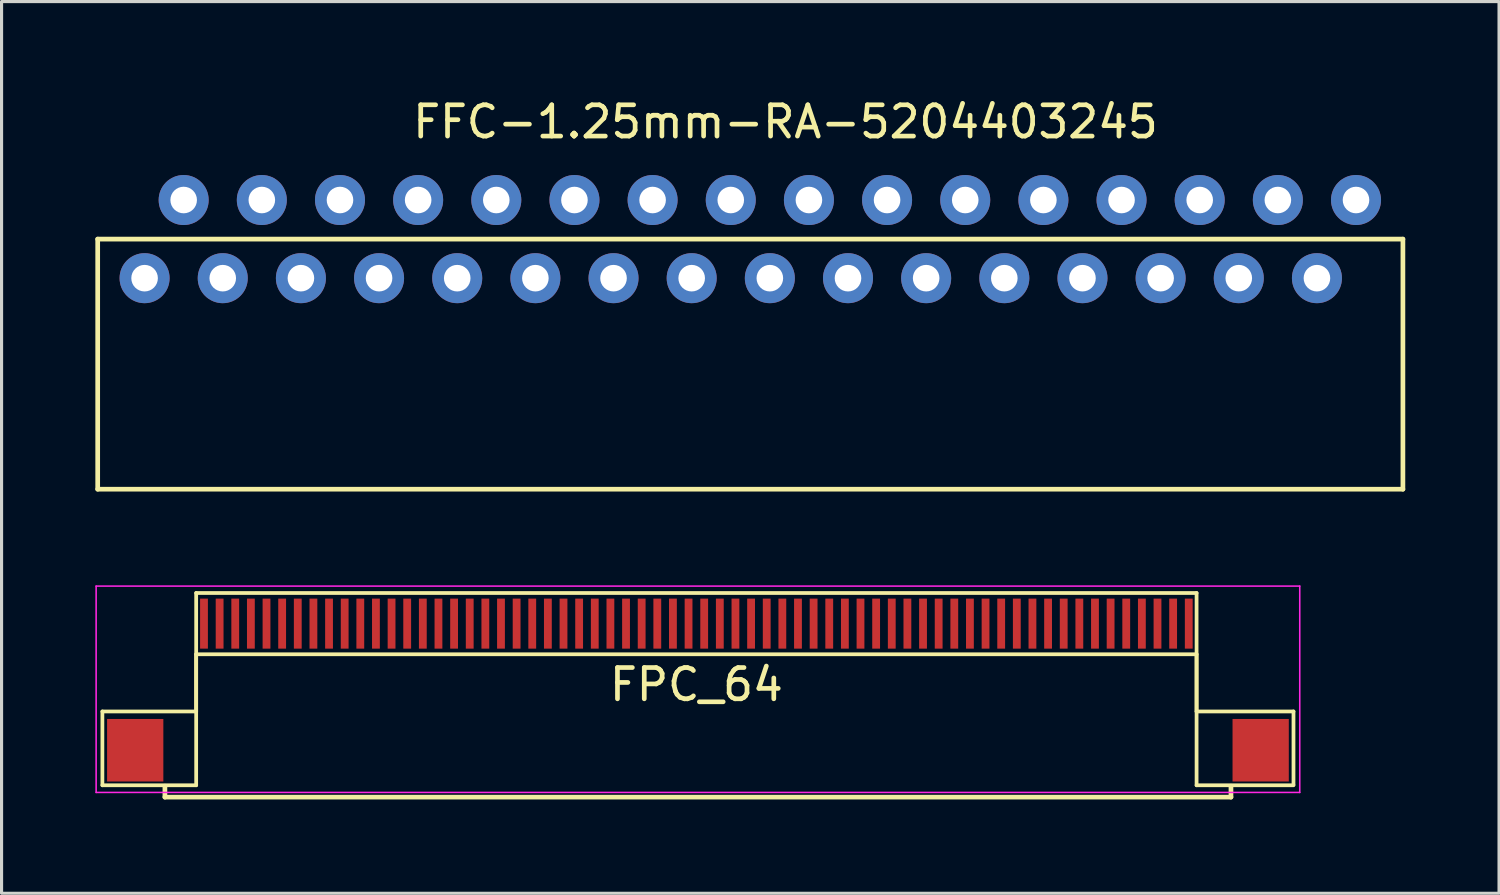
<source format=kicad_pcb>
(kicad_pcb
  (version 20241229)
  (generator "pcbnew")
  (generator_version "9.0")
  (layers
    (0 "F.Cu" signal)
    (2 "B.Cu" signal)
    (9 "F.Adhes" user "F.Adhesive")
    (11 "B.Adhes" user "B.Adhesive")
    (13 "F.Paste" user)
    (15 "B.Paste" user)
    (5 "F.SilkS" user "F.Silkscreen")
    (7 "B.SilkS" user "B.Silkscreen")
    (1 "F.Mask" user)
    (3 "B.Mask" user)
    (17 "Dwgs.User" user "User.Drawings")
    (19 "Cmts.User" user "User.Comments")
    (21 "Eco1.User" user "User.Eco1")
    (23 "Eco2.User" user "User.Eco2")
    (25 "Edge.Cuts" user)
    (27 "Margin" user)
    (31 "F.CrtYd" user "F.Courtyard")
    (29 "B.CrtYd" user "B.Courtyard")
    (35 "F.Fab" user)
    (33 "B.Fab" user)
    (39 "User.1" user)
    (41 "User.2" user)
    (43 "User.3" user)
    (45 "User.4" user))
  (footprint "FPC_64"
    (layer "F.Cu")
    (at 19.225 16.898)
    (property "Reference" "FPC_64" (at 0 1.95 0) (layer "F.SilkS") (effects (font (size 1 1) (thickness 0.15))))
    (attr smd)
    (fp_line (start -19 2.81) (end -16 2.81) (stroke (width 0.12) (type solid)) (layer "F.SilkS"))
    (fp_line (start -19 5.17) (end -19 2.81) (stroke (width 0.12) (type solid)) (layer "F.SilkS"))
    (fp_line (start -17 5.55) (end -17 5.2) (stroke (width 0.15) (type solid)) (layer "F.SilkS"))
    (fp_line (start -16 -0.98) (end 16 -0.98) (stroke (width 0.12) (type solid)) (layer "F.SilkS"))
    (fp_line (start -16 0.98) (end -16 5.17) (stroke (width 0.12) (type solid)) (layer "F.SilkS"))
    (fp_line (start -16 0.98) (end 16 0.98) (stroke (width 0.12) (type solid)) (layer "F.SilkS"))
    (fp_line (start -16 2.81) (end -16 -0.98) (stroke (width 0.12) (type solid)) (layer "F.SilkS"))
    (fp_line (start -16 5.17) (end -19 5.17) (stroke (width 0.12) (type solid)) (layer "F.SilkS"))
    (fp_line (start 16 0.98) (end 16 5.17) (stroke (width 0.12) (type solid)) (layer "F.SilkS"))
    (fp_line (start 16 2.81) (end 16 -0.98) (stroke (width 0.12) (type solid)) (layer "F.SilkS"))
    (fp_line (start 16 5.17) (end 19.1 5.17) (stroke (width 0.12) (type solid)) (layer "F.SilkS"))
    (fp_line (start 17.1 5.55) (end -17 5.55) (stroke (width 0.15) (type solid)) (layer "F.SilkS"))
    (fp_line (start 17.1 5.55) (end 17.1 5.2) (stroke (width 0.15) (type solid)) (layer "F.SilkS"))
    (fp_line (start 19.1 2.81) (end 16 2.81) (stroke (width 0.12) (type solid)) (layer "F.SilkS"))
    (fp_line (start 19.1 5.15) (end 19.1 2.81) (stroke (width 0.12) (type solid)) (layer "F.SilkS"))
    (fp_line (start -19.2 -1.2) (end -19.2 5.4) (stroke (width 0.05) (type solid)) (layer "F.CrtYd"))
    (fp_line (start -19.2 -1.2) (end 19.3 -1.2) (stroke (width 0.05) (type solid)) (layer "F.CrtYd"))
    (fp_line (start -19.2 5.4) (end 19.3 5.4) (stroke (width 0.05) (type solid)) (layer "F.CrtYd"))
    (fp_line (start 19.3 -1.2) (end 19.3 5.4) (stroke (width 0.05) (type solid)) (layer "F.CrtYd"))
    (pad "0" smd rect (at -17.95 4.05) (size 1.8 2) (layers "F.Cu" "F.Mask" "F.Paste"))
    (pad "1" smd rect (at -15.75 0) (size 0.25 1.6) (layers "F.Cu" "F.Mask" "F.Paste"))
    (pad "2" smd rect (at -15.25 0) (size 0.25 1.6) (layers "F.Cu" "F.Mask" "F.Paste"))
    (pad "3" smd rect (at -14.75 0) (size 0.25 1.6) (layers "F.Cu" "F.Mask" "F.Paste"))
    (pad "4" smd rect (at -14.25 0) (size 0.25 1.6) (layers "F.Cu" "F.Mask" "F.Paste"))
    (pad "5" smd rect (at -13.75 0) (size 0.25 1.6) (layers "F.Cu" "F.Mask" "F.Paste"))
    (pad "6" smd rect (at -13.25 0) (size 0.25 1.6) (layers "F.Cu" "F.Mask" "F.Paste"))
    (pad "7" smd rect (at -12.75 0) (size 0.25 1.6) (layers "F.Cu" "F.Mask" "F.Paste"))
    (pad "8" smd rect (at -12.25 0) (size 0.25 1.6) (layers "F.Cu" "F.Mask" "F.Paste"))
    (pad "9" smd rect (at -11.75 0) (size 0.25 1.6) (layers "F.Cu" "F.Mask" "F.Paste"))
    (pad "10" smd rect (at -11.25 0) (size 0.25 1.6) (layers "F.Cu" "F.Mask" "F.Paste"))
    (pad "11" smd rect (at -10.75 0) (size 0.25 1.6) (layers "F.Cu" "F.Mask" "F.Paste"))
    (pad "12" smd rect (at -10.25 0) (size 0.25 1.6) (layers "F.Cu" "F.Mask" "F.Paste"))
    (pad "13" smd rect (at -9.75 0) (size 0.25 1.6) (layers "F.Cu" "F.Mask" "F.Paste"))
    (pad "14" smd rect (at -9.25 0) (size 0.25 1.6) (layers "F.Cu" "F.Mask" "F.Paste"))
    (pad "15" smd rect (at -8.75 0) (size 0.25 1.6) (layers "F.Cu" "F.Mask" "F.Paste"))
    (pad "16" smd rect (at -8.25 0) (size 0.25 1.6) (layers "F.Cu" "F.Mask" "F.Paste"))
    (pad "17" smd rect (at -7.75 0) (size 0.25 1.6) (layers "F.Cu" "F.Mask" "F.Paste"))
    (pad "18" smd rect (at -7.25 0) (size 0.25 1.6) (layers "F.Cu" "F.Mask" "F.Paste"))
    (pad "19" smd rect (at -6.75 0) (size 0.25 1.6) (layers "F.Cu" "F.Mask" "F.Paste"))
    (pad "20" smd rect (at -6.25 0) (size 0.25 1.6) (layers "F.Cu" "F.Mask" "F.Paste"))
    (pad "21" smd rect (at -5.75 0) (size 0.25 1.6) (layers "F.Cu" "F.Mask" "F.Paste"))
    (pad "22" smd rect (at -5.25 0) (size 0.25 1.6) (layers "F.Cu" "F.Mask" "F.Paste"))
    (pad "23" smd rect (at -4.75 0) (size 0.25 1.6) (layers "F.Cu" "F.Mask" "F.Paste"))
    (pad "24" smd rect (at -4.25 0) (size 0.25 1.6) (layers "F.Cu" "F.Mask" "F.Paste"))
    (pad "25" smd rect (at -3.75 0) (size 0.25 1.6) (layers "F.Cu" "F.Mask" "F.Paste"))
    (pad "26" smd rect (at -3.25 0) (size 0.25 1.6) (layers "F.Cu" "F.Mask" "F.Paste"))
    (pad "27" smd rect (at -2.75 0) (size 0.25 1.6) (layers "F.Cu" "F.Mask" "F.Paste"))
    (pad "28" smd rect (at -2.25 0) (size 0.25 1.6) (layers "F.Cu" "F.Mask" "F.Paste"))
    (pad "29" smd rect (at -1.75 0) (size 0.25 1.6) (layers "F.Cu" "F.Mask" "F.Paste"))
    (pad "30" smd rect (at -1.25 0) (size 0.25 1.6) (layers "F.Cu" "F.Mask" "F.Paste"))
    (pad "31" smd rect (at -0.75 0) (size 0.25 1.6) (layers "F.Cu" "F.Mask" "F.Paste"))
    (pad "32" smd rect (at -0.25 0) (size 0.25 1.6) (layers "F.Cu" "F.Mask" "F.Paste"))
    (pad "33" smd rect (at 0.25 0) (size 0.25 1.6) (layers "F.Cu" "F.Mask" "F.Paste"))
    (pad "34" smd rect (at 0.75 0) (size 0.25 1.6) (layers "F.Cu" "F.Mask" "F.Paste"))
    (pad "35" smd rect (at 1.25 0) (size 0.25 1.6) (layers "F.Cu" "F.Mask" "F.Paste"))
    (pad "36" smd rect (at 1.75 0) (size 0.25 1.6) (layers "F.Cu" "F.Mask" "F.Paste"))
    (pad "37" smd rect (at 2.25 0) (size 0.25 1.6) (layers "F.Cu" "F.Mask" "F.Paste"))
    (pad "38" smd rect (at 2.75 0) (size 0.25 1.6) (layers "F.Cu" "F.Mask" "F.Paste"))
    (pad "39" smd rect (at 3.25 0) (size 0.25 1.6) (layers "F.Cu" "F.Mask" "F.Paste"))
    (pad "40" smd rect (at 3.75 0) (size 0.25 1.6) (layers "F.Cu" "F.Mask" "F.Paste"))
    (pad "41" smd rect (at 4.25 0) (size 0.25 1.6) (layers "F.Cu" "F.Mask" "F.Paste"))
    (pad "42" smd rect (at 4.75 0) (size 0.25 1.6) (layers "F.Cu" "F.Mask" "F.Paste"))
    (pad "43" smd rect (at 5.25 0) (size 0.25 1.6) (layers "F.Cu" "F.Mask" "F.Paste"))
    (pad "44" smd rect (at 5.75 0) (size 0.25 1.6) (layers "F.Cu" "F.Mask" "F.Paste"))
    (pad "45" smd rect (at 6.25 0) (size 0.25 1.6) (layers "F.Cu" "F.Mask" "F.Paste"))
    (pad "46" smd rect (at 6.75 0) (size 0.25 1.6) (layers "F.Cu" "F.Mask" "F.Paste"))
    (pad "47" smd rect (at 7.25 0) (size 0.25 1.6) (layers "F.Cu" "F.Mask" "F.Paste"))
    (pad "48" smd rect (at 7.75 0) (size 0.25 1.6) (layers "F.Cu" "F.Mask" "F.Paste"))
    (pad "49" smd rect (at 8.25 0) (size 0.25 1.6) (layers "F.Cu" "F.Mask" "F.Paste"))
    (pad "50" smd rect (at 8.75 0) (size 0.25 1.6) (layers "F.Cu" "F.Mask" "F.Paste"))
    (pad "51" smd rect (at 9.25 0) (size 0.25 1.6) (layers "F.Cu" "F.Mask" "F.Paste"))
    (pad "52" smd rect (at 9.75 0) (size 0.25 1.6) (layers "F.Cu" "F.Mask" "F.Paste"))
    (pad "53" smd rect (at 10.25 0) (size 0.25 1.6) (layers "F.Cu" "F.Mask" "F.Paste"))
    (pad "54" smd rect (at 10.75 0) (size 0.25 1.6) (layers "F.Cu" "F.Mask" "F.Paste"))
    (pad "55" smd rect (at 11.25 0) (size 0.25 1.6) (layers "F.Cu" "F.Mask" "F.Paste"))
    (pad "56" smd rect (at 11.75 0) (size 0.25 1.6) (layers "F.Cu" "F.Mask" "F.Paste"))
    (pad "57" smd rect (at 12.25 0) (size 0.25 1.6) (layers "F.Cu" "F.Mask" "F.Paste"))
    (pad "58" smd rect (at 12.75 0) (size 0.25 1.6) (layers "F.Cu" "F.Mask" "F.Paste"))
    (pad "59" smd rect (at 13.25 0) (size 0.25 1.6) (layers "F.Cu" "F.Mask" "F.Paste"))
    (pad "60" smd rect (at 13.75 0) (size 0.25 1.6) (layers "F.Cu" "F.Mask" "F.Paste"))
    (pad "61" smd rect (at 14.25 0) (size 0.25 1.6) (layers "F.Cu" "F.Mask" "F.Paste"))
    (pad "62" smd rect (at 14.75 0) (size 0.25 1.6) (layers "F.Cu" "F.Mask" "F.Paste"))
    (pad "63" smd rect (at 15.25 0) (size 0.25 1.6) (layers "F.Cu" "F.Mask" "F.Paste"))
    (pad "64" smd rect (at 15.75 0) (size 0.25 1.6) (layers "F.Cu" "F.Mask" "F.Paste"))
    (pad "65" smd rect (at 18.05 4.05) (size 1.8 2) (layers "F.Cu" "F.Mask" "F.Paste")))
  (footprint "FFC-1.25mm-RA-5204403245"
    (layer "F.Cu")
    (at 21.575 4.598)
    (property "Reference" "FFC-1.25mm-RA-5204403245" (at 0.5 -3.75 0) (layer "F.SilkS") (effects (font (size 1 1) (thickness 0.15))))
    (attr through_hole)
    (fp_line (start -21.5 0) (end -21.5 8) (stroke (width 0.15) (type solid)) (layer "F.SilkS"))
    (fp_line (start -21.5 8) (end 20.25 8) (stroke (width 0.15) (type solid)) (layer "F.SilkS"))
    (fp_line (start 20.25 0) (end -21.5 0) (stroke (width 0.15) (type solid)) (layer "F.SilkS"))
    (fp_line (start 20.25 8) (end 20.25 0) (stroke (width 0.15) (type solid)) (layer "F.SilkS"))
    (pad "1" thru_hole circle (at -20 1.25) (size 1.6 1.6) (drill 0.85) (layers "*.Cu" "*.Mask"))
    (pad "2" thru_hole circle (at -18.75 -1.25) (size 1.6 1.6) (drill 0.85) (layers "*.Cu" "*.Mask"))
    (pad "3" thru_hole circle (at -17.5 1.25) (size 1.6 1.6) (drill 0.85) (layers "*.Cu" "*.Mask"))
    (pad "4" thru_hole circle (at -16.25 -1.25) (size 1.6 1.6) (drill 0.85) (layers "*.Cu" "*.Mask"))
    (pad "5" thru_hole circle (at -15 1.25) (size 1.6 1.6) (drill 0.85) (layers "*.Cu" "*.Mask"))
    (pad "6" thru_hole circle (at -13.75 -1.25) (size 1.6 1.6) (drill 0.85) (layers "*.Cu" "*.Mask"))
    (pad "7" thru_hole circle (at -12.5 1.25) (size 1.6 1.6) (drill 0.85) (layers "*.Cu" "*.Mask"))
    (pad "8" thru_hole circle (at -11.25 -1.25) (size 1.6 1.6) (drill 0.85) (layers "*.Cu" "*.Mask"))
    (pad "9" thru_hole circle (at -10 1.25) (size 1.6 1.6) (drill 0.85) (layers "*.Cu" "*.Mask"))
    (pad "10" thru_hole circle (at -8.75 -1.25) (size 1.6 1.6) (drill 0.85) (layers "*.Cu" "*.Mask"))
    (pad "11" thru_hole circle (at -7.5 1.25) (size 1.6 1.6) (drill 0.85) (layers "*.Cu" "*.Mask"))
    (pad "12" thru_hole circle (at -6.25 -1.25) (size 1.6 1.6) (drill 0.85) (layers "*.Cu" "*.Mask"))
    (pad "13" thru_hole circle (at -5 1.25) (size 1.6 1.6) (drill 0.85) (layers "*.Cu" "*.Mask"))
    (pad "14" thru_hole circle (at -3.75 -1.25) (size 1.6 1.6) (drill 0.85) (layers "*.Cu" "*.Mask"))
    (pad "15" thru_hole circle (at -2.5 1.25) (size 1.6 1.6) (drill 0.85) (layers "*.Cu" "*.Mask"))
    (pad "16" thru_hole circle (at -1.25 -1.25) (size 1.6 1.6) (drill 0.85) (layers "*.Cu" "*.Mask"))
    (pad "17" thru_hole circle (at 0 1.25) (size 1.6 1.6) (drill 0.85) (layers "*.Cu" "*.Mask"))
    (pad "18" thru_hole circle (at 1.25 -1.25) (size 1.6 1.6) (drill 0.85) (layers "*.Cu" "*.Mask"))
    (pad "19" thru_hole circle (at 2.5 1.25) (size 1.6 1.6) (drill 0.85) (layers "*.Cu" "*.Mask"))
    (pad "20" thru_hole circle (at 3.75 -1.25) (size 1.6 1.6) (drill 0.85) (layers "*.Cu" "*.Mask"))
    (pad "21" thru_hole circle (at 5 1.25) (size 1.6 1.6) (drill 0.85) (layers "*.Cu" "*.Mask"))
    (pad "22" thru_hole circle (at 6.25 -1.25) (size 1.6 1.6) (drill 0.85) (layers "*.Cu" "*.Mask"))
    (pad "23" thru_hole circle (at 7.5 1.25) (size 1.6 1.6) (drill 0.85) (layers "*.Cu" "*.Mask"))
    (pad "24" thru_hole circle (at 8.75 -1.25) (size 1.6 1.6) (drill 0.85) (layers "*.Cu" "*.Mask"))
    (pad "25" thru_hole circle (at 10 1.25) (size 1.6 1.6) (drill 0.85) (layers "*.Cu" "*.Mask"))
    (pad "26" thru_hole circle (at 11.25 -1.25) (size 1.6 1.6) (drill 0.85) (layers "*.Cu" "*.Mask"))
    (pad "27" thru_hole circle (at 12.5 1.25) (size 1.6 1.6) (drill 0.85) (layers "*.Cu" "*.Mask"))
    (pad "28" thru_hole circle (at 13.75 -1.25) (size 1.6 1.6) (drill 0.85) (layers "*.Cu" "*.Mask"))
    (pad "29" thru_hole circle (at 15 1.25) (size 1.6 1.6) (drill 0.85) (layers "*.Cu" "*.Mask"))
    (pad "30" thru_hole circle (at 16.25 -1.25) (size 1.6 1.6) (drill 0.85) (layers "*.Cu" "*.Mask"))
    (pad "31" thru_hole circle (at 17.5 1.25) (size 1.6 1.6) (drill 0.85) (layers "*.Cu" "*.Mask"))
    (pad "32" thru_hole circle (at 18.75 -1.25) (size 1.6 1.6) (drill 0.85) (layers "*.Cu" "*.Mask")))
  (gr_rect
    (start -3 -3)
    (end 44.9 25.523)
    (stroke (width 0.1) (type default))
    (fill no)
    (layer "Edge.Cuts")))
</source>
